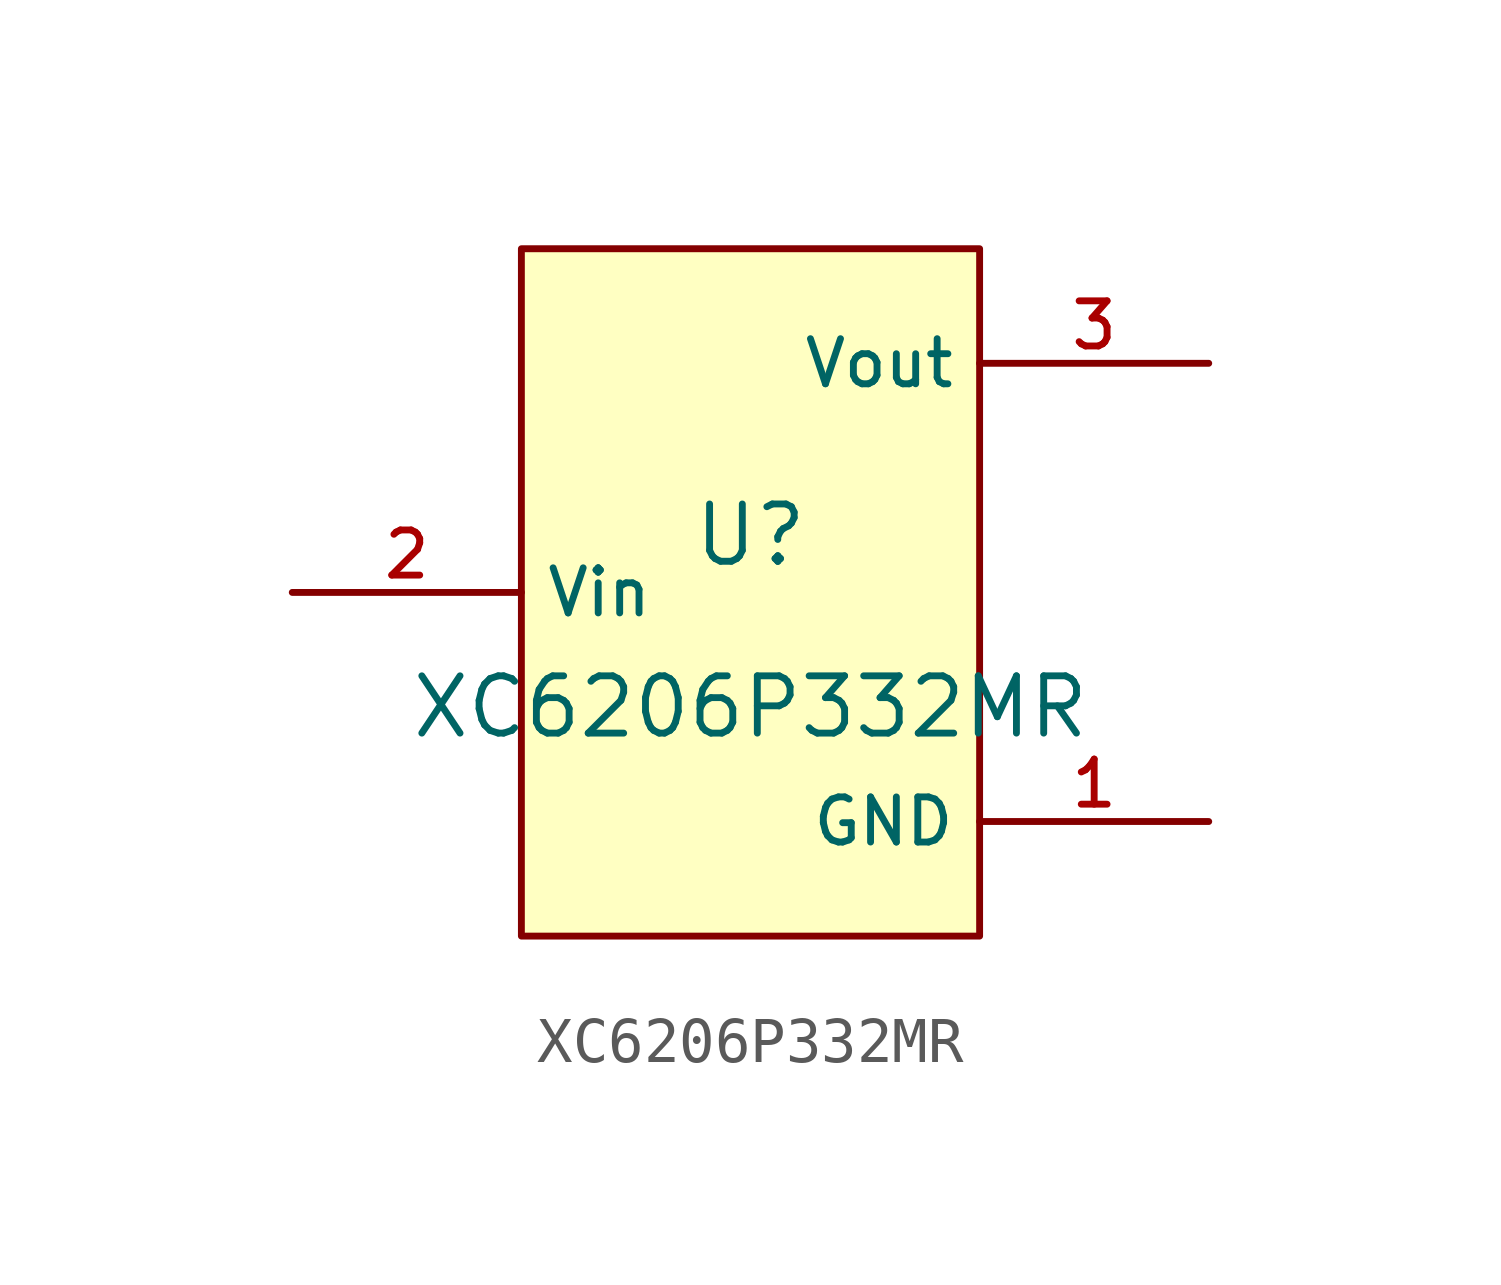
<source format=kicad_sym>
(kicad_symbol_lib
  (version 20210201)
  (generator TousstNicolas/JLC2KiCad_lib)
  (symbol "XC6206P332MR"
    (property "Reference" "U"
      (at 0 1.27 0)
      (effects (font (size 1.27 1.27))))
    (property "Value" "XC6206P332MR"
      (at 0 -2.54 0)
      (effects (font (size 1.27 1.27))))
    (symbol "XC6206P332MR_0_1"
      (rectangle (start -5.08 7.62) (end 5.08 -7.62) (stroke (width 0) (type default) (color 0 0 0 0)) (fill (type background)))
      (pin unspecified line (at 10.16 -5.08 180) (length 5.08) (name "GND" (effects (font (size 1 1)))) (number "1" (effects (font (size 1 1)))))
      (pin unspecified line (at -10.16 -0.0 0) (length 5.08) (name "Vin" (effects (font (size 1 1)))) (number "2" (effects (font (size 1 1)))))
      (pin unspecified line (at 10.16 5.08 180) (length 5.08) (name "Vout" (effects (font (size 1 1)))) (number "3" (effects (font (size 1 1))))))))
</source>
